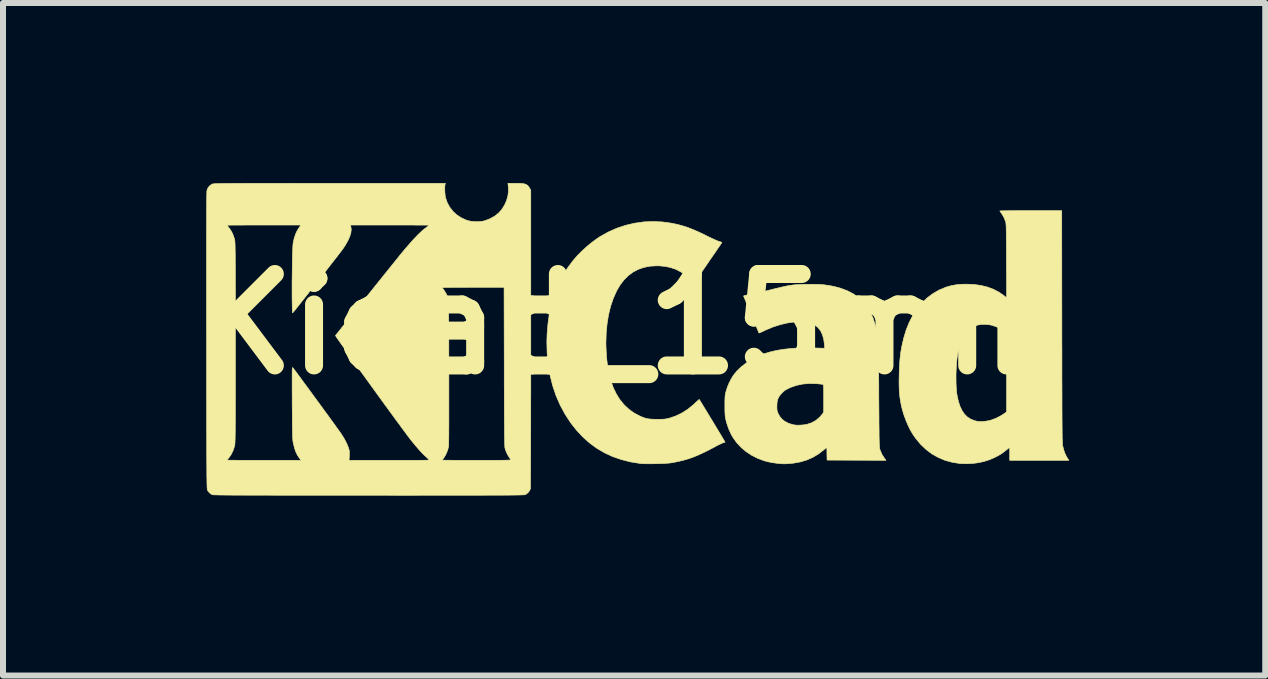
<source format=kicad_pcb>
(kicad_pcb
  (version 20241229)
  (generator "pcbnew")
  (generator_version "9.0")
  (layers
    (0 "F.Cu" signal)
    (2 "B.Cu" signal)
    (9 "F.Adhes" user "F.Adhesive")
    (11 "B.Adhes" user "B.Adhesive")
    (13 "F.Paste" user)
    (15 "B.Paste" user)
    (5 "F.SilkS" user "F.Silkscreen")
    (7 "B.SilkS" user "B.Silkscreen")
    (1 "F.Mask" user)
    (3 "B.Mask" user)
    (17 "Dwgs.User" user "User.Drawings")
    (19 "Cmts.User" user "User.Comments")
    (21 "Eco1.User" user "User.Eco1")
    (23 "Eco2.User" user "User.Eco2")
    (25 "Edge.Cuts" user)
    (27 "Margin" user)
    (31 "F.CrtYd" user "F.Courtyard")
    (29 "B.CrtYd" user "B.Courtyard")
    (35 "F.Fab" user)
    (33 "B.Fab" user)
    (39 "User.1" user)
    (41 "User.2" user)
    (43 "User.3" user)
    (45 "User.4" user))
  (footprint "Kicad_15mm"
    (layer "F.Cu")
    (at 7.518 2.351)
    (property "Reference" "Kicad_15mm" (at 0 0 0) (layer "F.SilkS") (effects (font (size 1.524 1.524) (thickness 0.3))))
    (attr through_hole)
    (fp_poly (pts (xy 0.474 -1.702) (xy 0.631 -1.68) (xy 0.732 -1.658) (xy 0.801 -1.639) (xy 0.868 -1.619) (xy 0.935 -1.594) (xy 1.007 -1.565) (xy 1.085 -1.53) (xy 1.172 -1.489) (xy 1.199 -1.475) (xy 1.25 -1.45) (xy 1.299 -1.427) (xy 1.343 -1.407) (xy 1.38 -1.391) (xy 1.408 -1.379) (xy 1.425 -1.374) (xy 1.426 -1.373) (xy 1.447 -1.368) (xy 1.46 -1.362) (xy 1.463 -1.359) (xy 1.458 -1.352) (xy 1.446 -1.334) (xy 1.427 -1.305) (xy 1.401 -1.268) (xy 1.371 -1.223) (xy 1.336 -1.172) (xy 1.296 -1.115) (xy 1.254 -1.054) (xy 1.229 -1.016) (xy 0.997 -0.68) (xy 0.955 -0.727) (xy 0.927 -0.756) (xy 0.894 -0.786) (xy 0.861 -0.813) (xy 0.857 -0.816) (xy 0.777 -0.871) (xy 0.694 -0.913) (xy 0.607 -0.943) (xy 0.513 -0.962) (xy 0.412 -0.971) (xy 0.374 -0.971) (xy 0.266 -0.965) (xy 0.165 -0.945) (xy 0.071 -0.913) (xy -0.015 -0.868) (xy -0.094 -0.81) (xy -0.166 -0.739) (xy -0.231 -0.655) (xy -0.289 -0.557) (xy -0.293 -0.548) (xy -0.347 -0.428) (xy -0.391 -0.297) (xy -0.426 -0.156) (xy -0.45 -0.006) (xy -0.465 0.152) (xy -0.47 0.317) (xy -0.468 0.388) (xy -0.46 0.547) (xy -0.443 0.693) (xy -0.419 0.827) (xy -0.387 0.95) (xy -0.346 1.062) (xy -0.297 1.163) (xy -0.24 1.255) (xy -0.173 1.338) (xy -0.157 1.355) (xy -0.082 1.424) (xy -0.002 1.481) (xy 0.084 1.527) (xy 0.13 1.548) (xy 0.17 1.563) (xy 0.208 1.574) (xy 0.248 1.581) (xy 0.293 1.585) (xy 0.347 1.587) (xy 0.388 1.587) (xy 0.438 1.587) (xy 0.477 1.586) (xy 0.507 1.584) (xy 0.534 1.58) (xy 0.559 1.575) (xy 0.587 1.568) (xy 0.592 1.567) (xy 0.697 1.531) (xy 0.798 1.482) (xy 0.896 1.419) (xy 0.988 1.344) (xy 1.01 1.324) (xy 1.037 1.298) (xy 1.06 1.277) (xy 1.076 1.263) (xy 1.085 1.256) (xy 1.086 1.256) (xy 1.092 1.265) (xy 1.104 1.285) (xy 1.123 1.315) (xy 1.146 1.353) (xy 1.173 1.398) (xy 1.204 1.448) (xy 1.237 1.503) (xy 1.271 1.56) (xy 1.307 1.618) (xy 1.342 1.676) (xy 1.376 1.733) (xy 1.408 1.786) (xy 1.438 1.836) (xy 1.464 1.879) (xy 1.485 1.915) (xy 1.502 1.943) (xy 1.512 1.961) (xy 1.516 1.967) (xy 1.516 1.968) (xy 1.507 1.971) (xy 1.49 1.977) (xy 1.481 1.979) (xy 1.463 1.987) (xy 1.435 2) (xy 1.401 2.016) (xy 1.365 2.035) (xy 1.362 2.037) (xy 1.258 2.092) (xy 1.164 2.139) (xy 1.077 2.179) (xy 0.996 2.213) (xy 0.917 2.242) (xy 0.838 2.265) (xy 0.758 2.285) (xy 0.673 2.303) (xy 0.615 2.313) (xy 0.583 2.317) (xy 0.539 2.32) (xy 0.487 2.323) (xy 0.428 2.325) (xy 0.366 2.327) (xy 0.303 2.328) (xy 0.243 2.328) (xy 0.189 2.328) (xy 0.143 2.326) (xy 0.108 2.324) (xy 0.101 2.323) (xy -0.061 2.297) (xy -0.214 2.258) (xy -0.358 2.208) (xy -0.494 2.145) (xy -0.623 2.069) (xy -0.743 1.981) (xy -0.856 1.88) (xy -0.962 1.766) (xy -1.058 1.644) (xy -1.151 1.501) (xy -1.232 1.351) (xy -1.301 1.193) (xy -1.357 1.027) (xy -1.4 0.855) (xy -1.431 0.676) (xy -1.449 0.491) (xy -1.454 0.3) (xy -1.45 0.167) (xy -1.434 -0.017) (xy -1.408 -0.19) (xy -1.372 -0.354) (xy -1.324 -0.509) (xy -1.266 -0.656) (xy -1.195 -0.795) (xy -1.113 -0.929) (xy -1.019 -1.056) (xy -1.018 -1.057) (xy -0.949 -1.137) (xy -0.868 -1.218) (xy -0.782 -1.297) (xy -0.692 -1.37) (xy -0.602 -1.435) (xy -0.568 -1.457) (xy -0.431 -1.534) (xy -0.289 -1.597) (xy -0.142 -1.646) (xy 0.008 -1.681) (xy 0.161 -1.703) (xy 0.317 -1.709) (xy 0.474 -1.702)) (stroke (width 0.01) (type solid)) (fill yes) (layer "F.SilkS"))
    (fp_poly (pts (xy 7.129 0.043) (xy 7.129 0.245) (xy 7.13 0.432) (xy 7.13 0.606) (xy 7.13 0.766) (xy 7.13 0.913) (xy 7.131 1.049) (xy 7.131 1.172) (xy 7.131 1.285) (xy 7.131 1.387) (xy 7.132 1.479) (xy 7.132 1.561) (xy 7.133 1.635) (xy 7.133 1.7) (xy 7.134 1.757) (xy 7.134 1.807) (xy 7.135 1.85) (xy 7.135 1.888) (xy 7.136 1.919) (xy 7.137 1.946) (xy 7.138 1.967) (xy 7.139 1.985) (xy 7.14 2) (xy 7.141 2.011) (xy 7.142 2.021) (xy 7.143 2.028) (xy 7.144 2.032) (xy 7.161 2.099) (xy 7.18 2.154) (xy 7.202 2.201) (xy 7.217 2.226) (xy 7.246 2.271) (xy 6.26 2.271) (xy 6.26 2.053) (xy 6.23 2.078) (xy 6.183 2.115) (xy 6.144 2.145) (xy 6.109 2.169) (xy 6.073 2.19) (xy 6.033 2.211) (xy 6.018 2.219) (xy 5.92 2.262) (xy 5.823 2.292) (xy 5.726 2.312) (xy 5.666 2.32) (xy 5.599 2.325) (xy 5.532 2.327) (xy 5.47 2.326) (xy 5.424 2.323) (xy 5.299 2.303) (xy 5.18 2.27) (xy 5.069 2.223) (xy 4.964 2.164) (xy 4.867 2.091) (xy 4.777 2.006) (xy 4.695 1.907) (xy 4.655 1.851) (xy 4.609 1.776) (xy 4.566 1.689) (xy 4.527 1.596) (xy 4.492 1.5) (xy 4.465 1.405) (xy 4.453 1.354) (xy 4.441 1.289) (xy 4.431 1.227) (xy 4.424 1.166) (xy 4.419 1.101) (xy 4.417 1.03) (xy 4.416 0.951) (xy 4.417 0.914) (xy 5.365 0.914) (xy 5.366 0.998) (xy 5.37 1.075) (xy 5.376 1.143) (xy 5.383 1.188) (xy 5.404 1.286) (xy 5.432 1.371) (xy 5.466 1.442) (xy 5.507 1.502) (xy 5.555 1.549) (xy 5.611 1.585) (xy 5.675 1.61) (xy 5.721 1.621) (xy 5.762 1.625) (xy 5.811 1.624) (xy 5.865 1.618) (xy 5.918 1.609) (xy 5.945 1.602) (xy 6.029 1.571) (xy 6.111 1.529) (xy 6.161 1.497) (xy 6.208 1.463) (xy 6.208 0.805) (xy 6.207 0.146) (xy 6.175 0.122) (xy 6.101 0.075) (xy 6.025 0.04) (xy 5.948 0.016) (xy 5.87 0.005) (xy 5.795 0.005) (xy 5.723 0.017) (xy 5.656 0.041) (xy 5.596 0.077) (xy 5.587 0.084) (xy 5.544 0.126) (xy 5.505 0.181) (xy 5.469 0.248) (xy 5.438 0.325) (xy 5.412 0.41) (xy 5.392 0.501) (xy 5.391 0.508) (xy 5.381 0.578) (xy 5.374 0.656) (xy 5.369 0.741) (xy 5.365 0.828) (xy 5.365 0.914) (xy 4.417 0.914) (xy 4.418 0.859) (xy 4.418 0.859) (xy 4.421 0.75) (xy 4.426 0.652) (xy 4.433 0.564) (xy 4.443 0.481) (xy 4.456 0.401) (xy 4.473 0.321) (xy 4.493 0.238) (xy 4.494 0.232) (xy 4.536 0.094) (xy 4.588 -0.034) (xy 4.649 -0.151) (xy 4.719 -0.257) (xy 4.797 -0.352) (xy 4.884 -0.436) (xy 4.979 -0.507) (xy 5.081 -0.566) (xy 5.191 -0.612) (xy 5.211 -0.619) (xy 5.283 -0.639) (xy 5.355 -0.653) (xy 5.432 -0.662) (xy 5.519 -0.665) (xy 5.534 -0.665) (xy 5.661 -0.66) (xy 5.778 -0.644) (xy 5.886 -0.618) (xy 5.986 -0.581) (xy 6.08 -0.532) (xy 6.168 -0.471) (xy 6.184 -0.458) (xy 6.209 -0.438) (xy 6.206 -1.054) (xy 6.206 -1.165) (xy 6.205 -1.262) (xy 6.205 -1.346) (xy 6.204 -1.418) (xy 6.204 -1.479) (xy 6.203 -1.53) (xy 6.202 -1.573) (xy 6.202 -1.607) (xy 6.2 -1.635) (xy 6.199 -1.657) (xy 6.198 -1.674) (xy 6.196 -1.687) (xy 6.194 -1.698) (xy 6.192 -1.706) (xy 6.19 -1.711) (xy 6.169 -1.765) (xy 6.143 -1.815) (xy 6.117 -1.854) (xy 6.105 -1.871) (xy 6.097 -1.883) (xy 6.096 -1.886) (xy 6.103 -1.886) (xy 6.124 -1.887) (xy 6.158 -1.888) (xy 6.203 -1.888) (xy 6.258 -1.889) (xy 6.322 -1.889) (xy 6.393 -1.89) (xy 6.471 -1.89) (xy 6.555 -1.89) (xy 6.611 -1.89) (xy 7.127 -1.89) (xy 7.129 0.043)) (stroke (width 0.01) (type solid)) (fill yes) (layer "F.SilkS"))
    (fp_poly (pts (xy 3.072 -0.661) (xy 3.166 -0.654) (xy 3.252 -0.642) (xy 3.335 -0.626) (xy 3.416 -0.605) (xy 3.451 -0.594) (xy 3.559 -0.553) (xy 3.655 -0.502) (xy 3.741 -0.443) (xy 3.816 -0.373) (xy 3.881 -0.293) (xy 3.936 -0.203) (xy 3.982 -0.101) (xy 4.018 0.013) (xy 4.038 0.095) (xy 4.043 0.12) (xy 4.048 0.144) (xy 4.052 0.167) (xy 4.056 0.19) (xy 4.059 0.214) (xy 4.062 0.24) (xy 4.065 0.268) (xy 4.067 0.301) (xy 4.069 0.338) (xy 4.07 0.381) (xy 4.072 0.43) (xy 4.073 0.487) (xy 4.074 0.553) (xy 4.075 0.627) (xy 4.076 0.712) (xy 4.076 0.808) (xy 4.077 0.916) (xy 4.078 1.038) (xy 4.078 1.173) (xy 4.078 1.184) (xy 4.079 1.317) (xy 4.08 1.435) (xy 4.081 1.54) (xy 4.081 1.633) (xy 4.082 1.714) (xy 4.083 1.785) (xy 4.083 1.845) (xy 4.084 1.897) (xy 4.085 1.94) (xy 4.086 1.976) (xy 4.087 2.005) (xy 4.088 2.029) (xy 4.089 2.047) (xy 4.091 2.062) (xy 4.092 2.073) (xy 4.094 2.082) (xy 4.096 2.089) (xy 4.097 2.092) (xy 4.129 2.169) (xy 4.172 2.236) (xy 4.172 2.236) (xy 4.198 2.271) (xy 3.216 2.267) (xy 3.214 2.16) (xy 3.212 2.054) (xy 3.165 2.093) (xy 3.074 2.164) (xy 2.979 2.221) (xy 2.879 2.265) (xy 2.772 2.297) (xy 2.657 2.318) (xy 2.603 2.323) (xy 2.566 2.326) (xy 2.537 2.328) (xy 2.514 2.329) (xy 2.491 2.329) (xy 2.465 2.328) (xy 2.432 2.325) (xy 2.402 2.323) (xy 2.284 2.307) (xy 2.17 2.279) (xy 2.062 2.239) (xy 1.961 2.188) (xy 1.868 2.127) (xy 1.784 2.056) (xy 1.71 1.977) (xy 1.648 1.89) (xy 1.618 1.838) (xy 1.575 1.743) (xy 1.541 1.642) (xy 1.527 1.584) (xy 1.522 1.559) (xy 1.518 1.532) (xy 1.516 1.502) (xy 1.514 1.465) (xy 1.513 1.419) (xy 1.513 1.367) (xy 2.38 1.367) (xy 2.38 1.404) (xy 2.382 1.431) (xy 2.386 1.453) (xy 2.393 1.472) (xy 2.4 1.489) (xy 2.428 1.54) (xy 2.462 1.581) (xy 2.504 1.616) (xy 2.51 1.62) (xy 2.574 1.654) (xy 2.644 1.676) (xy 2.67 1.681) (xy 2.707 1.685) (xy 2.753 1.685) (xy 2.802 1.682) (xy 2.849 1.677) (xy 2.888 1.669) (xy 2.888 1.669) (xy 2.964 1.643) (xy 3.031 1.605) (xy 3.09 1.555) (xy 3.126 1.514) (xy 3.16 1.47) (xy 3.16 1.24) (xy 3.16 1.174) (xy 3.16 1.122) (xy 3.159 1.081) (xy 3.158 1.051) (xy 3.157 1.03) (xy 3.155 1.017) (xy 3.152 1.009) (xy 3.149 1.006) (xy 3.149 1.006) (xy 3.138 1.004) (xy 3.115 1.001) (xy 3.083 0.997) (xy 3.047 0.994) (xy 3.046 0.994) (xy 2.927 0.99) (xy 2.814 0.999) (xy 2.708 1.021) (xy 2.609 1.055) (xy 2.581 1.068) (xy 2.542 1.088) (xy 2.513 1.105) (xy 2.489 1.125) (xy 2.464 1.149) (xy 2.46 1.153) (xy 2.427 1.192) (xy 2.404 1.229) (xy 2.39 1.268) (xy 2.382 1.314) (xy 2.38 1.367) (xy 1.513 1.367) (xy 1.513 1.361) (xy 1.513 1.356) (xy 1.513 1.301) (xy 1.514 1.258) (xy 1.515 1.225) (xy 1.517 1.198) (xy 1.52 1.175) (xy 1.525 1.153) (xy 1.53 1.13) (xy 1.534 1.117) (xy 1.556 1.048) (xy 1.585 0.978) (xy 1.62 0.911) (xy 1.656 0.853) (xy 1.656 0.853) (xy 1.714 0.782) (xy 1.785 0.714) (xy 1.865 0.651) (xy 1.953 0.593) (xy 2.046 0.543) (xy 2.143 0.503) (xy 2.156 0.498) (xy 2.263 0.466) (xy 2.376 0.439) (xy 2.496 0.42) (xy 2.625 0.406) (xy 2.764 0.399) (xy 2.915 0.397) (xy 2.98 0.398) (xy 3.177 0.403) (xy 3.172 0.338) (xy 3.16 0.251) (xy 3.138 0.176) (xy 3.107 0.111) (xy 3.065 0.058) (xy 3.014 0.016) (xy 2.953 -0.015) (xy 2.944 -0.018) (xy 2.894 -0.031) (xy 2.833 -0.039) (xy 2.766 -0.041) (xy 2.694 -0.038) (xy 2.692 -0.038) (xy 2.562 -0.02) (xy 2.437 0.009) (xy 2.312 0.049) (xy 2.185 0.103) (xy 2.15 0.12) (xy 2.122 0.133) (xy 2.099 0.143) (xy 2.085 0.148) (xy 2.081 0.149) (xy 2.078 0.142) (xy 2.07 0.123) (xy 2.058 0.093) (xy 2.042 0.055) (xy 2.023 0.009) (xy 2.002 -0.041) (xy 1.979 -0.096) (xy 1.956 -0.152) (xy 1.932 -0.208) (xy 1.909 -0.264) (xy 1.888 -0.315) (xy 1.868 -0.362) (xy 1.852 -0.403) (xy 1.838 -0.435) (xy 1.829 -0.458) (xy 1.825 -0.467) (xy 1.831 -0.472) (xy 1.85 -0.478) (xy 1.881 -0.484) (xy 1.908 -0.488) (xy 1.936 -0.493) (xy 1.975 -0.501) (xy 2.025 -0.512) (xy 2.082 -0.525) (xy 2.143 -0.539) (xy 2.207 -0.554) (xy 2.25 -0.565) (xy 2.334 -0.586) (xy 2.406 -0.603) (xy 2.468 -0.618) (xy 2.521 -0.63) (xy 2.568 -0.639) (xy 2.611 -0.646) (xy 2.651 -0.652) (xy 2.691 -0.655) (xy 2.732 -0.658) (xy 2.778 -0.66) (xy 2.828 -0.662) (xy 2.854 -0.662) (xy 2.969 -0.663) (xy 3.072 -0.661)) (stroke (width 0.01) (type solid)) (fill yes) (layer "F.SilkS"))
    (fp_poly (pts (xy -1.914 -2.345) (xy -1.866 -2.342) (xy -1.829 -2.337) (xy -1.801 -2.327) (xy -1.779 -2.314) (xy -1.76 -2.295) (xy -1.744 -2.27) (xy -1.738 -2.26) (xy -1.722 -2.23) (xy -1.722 0.243) (xy -1.722 0.434) (xy -1.722 0.622) (xy -1.722 0.806) (xy -1.722 0.985) (xy -1.722 1.158) (xy -1.723 1.325) (xy -1.723 1.486) (xy -1.723 1.64) (xy -1.723 1.786) (xy -1.724 1.925) (xy -1.724 2.054) (xy -1.724 2.174) (xy -1.725 2.284) (xy -1.725 2.384) (xy -1.725 2.473) (xy -1.726 2.55) (xy -1.726 2.615) (xy -1.727 2.668) (xy -1.727 2.707) (xy -1.727 2.732) (xy -1.728 2.744) (xy -1.728 2.744) (xy -1.74 2.773) (xy -1.761 2.802) (xy -1.788 2.827) (xy -1.811 2.842) (xy -1.814 2.843) (xy -1.819 2.844) (xy -1.827 2.845) (xy -1.837 2.846) (xy -1.851 2.847) (xy -1.868 2.847) (xy -1.89 2.848) (xy -1.916 2.849) (xy -1.948 2.849) (xy -1.985 2.85) (xy -2.028 2.85) (xy -2.077 2.851) (xy -2.134 2.851) (xy -2.198 2.852) (xy -2.27 2.852) (xy -2.351 2.852) (xy -2.44 2.852) (xy -2.539 2.853) (xy -2.647 2.853) (xy -2.765 2.853) (xy -2.895 2.853) (xy -3.035 2.853) (xy -3.187 2.853) (xy -3.351 2.853) (xy -3.528 2.853) (xy -3.717 2.854) (xy -3.92 2.854) (xy -4.137 2.853) (xy -4.369 2.853) (xy -4.424 2.853) (xy -4.663 2.853) (xy -4.888 2.853) (xy -5.099 2.853) (xy -5.296 2.853) (xy -5.48 2.853) (xy -5.651 2.853) (xy -5.81 2.853) (xy -5.957 2.853) (xy -6.092 2.852) (xy -6.216 2.852) (xy -6.33 2.852) (xy -6.433 2.852) (xy -6.526 2.851) (xy -6.61 2.851) (xy -6.685 2.851) (xy -6.751 2.85) (xy -6.809 2.85) (xy -6.859 2.849) (xy -6.902 2.849) (xy -6.938 2.848) (xy -6.968 2.847) (xy -6.991 2.847) (xy -7.009 2.846) (xy -7.022 2.845) (xy -7.03 2.844) (xy -7.034 2.843) (xy -7.062 2.825) (xy -7.09 2.798) (xy -7.111 2.768) (xy -7.112 2.765) (xy -7.113 2.761) (xy -7.114 2.754) (xy -7.115 2.745) (xy -7.116 2.732) (xy -7.117 2.716) (xy -7.117 2.696) (xy -7.118 2.672) (xy -7.119 2.642) (xy -7.119 2.607) (xy -7.12 2.567) (xy -7.121 2.519) (xy -7.121 2.465) (xy -7.121 2.403) (xy -7.122 2.334) (xy -7.122 2.256) (xy -7.123 2.17) (xy -7.123 2.074) (xy -7.123 1.969) (xy -7.123 1.853) (xy -7.124 1.726) (xy -7.124 1.589) (xy -7.124 1.44) (xy -7.124 1.278) (xy -7.125 1.104) (xy -7.125 0.917) (xy -7.125 0.717) (xy -7.125 0.503) (xy -7.125 0.28) (xy -7.126 0.035) (xy -7.126 -0.195) (xy -7.126 -0.41) (xy -7.126 -0.612) (xy -7.126 -0.801) (xy -7.126 -0.975) (xy -7.126 -1.137) (xy -7.126 -1.286) (xy -7.126 -1.423) (xy -7.126 -1.548) (xy -7.125 -1.647) (xy -6.783 -1.647) (xy -6.779 -1.64) (xy -6.767 -1.624) (xy -6.751 -1.604) (xy -6.75 -1.603) (xy -6.711 -1.545) (xy -6.679 -1.478) (xy -6.658 -1.41) (xy -6.656 -1.403) (xy -6.655 -1.395) (xy -6.654 -1.385) (xy -6.653 -1.372) (xy -6.652 -1.355) (xy -6.651 -1.335) (xy -6.65 -1.311) (xy -6.649 -1.282) (xy -6.649 -1.247) (xy -6.648 -1.205) (xy -6.647 -1.158) (xy -6.647 -1.102) (xy -6.647 -1.039) (xy -6.646 -0.967) (xy -6.646 -0.886) (xy -6.646 -0.795) (xy -6.646 -0.694) (xy -6.645 -0.582) (xy -6.645 -0.459) (xy -6.645 -0.323) (xy -6.645 -0.175) (xy -6.645 -0.013) (xy -6.645 0.162) (xy -6.645 0.31) (xy -6.645 0.497) (xy -6.645 0.669) (xy -6.645 0.827) (xy -6.645 0.973) (xy -6.645 1.106) (xy -6.645 1.226) (xy -6.646 1.336) (xy -6.646 1.435) (xy -6.646 1.523) (xy -6.646 1.602) (xy -6.647 1.672) (xy -6.647 1.733) (xy -6.647 1.787) (xy -6.648 1.833) (xy -6.649 1.873) (xy -6.649 1.907) (xy -6.65 1.935) (xy -6.651 1.959) (xy -6.652 1.978) (xy -6.653 1.994) (xy -6.654 2.006) (xy -6.655 2.016) (xy -6.657 2.024) (xy -6.658 2.031) (xy -6.658 2.031) (xy -6.684 2.111) (xy -6.721 2.183) (xy -6.748 2.221) (xy -6.765 2.242) (xy -6.778 2.258) (xy -6.783 2.267) (xy -6.783 2.267) (xy -6.776 2.268) (xy -6.755 2.268) (xy -6.721 2.269) (xy -6.676 2.269) (xy -6.619 2.27) (xy -6.554 2.27) (xy -6.48 2.271) (xy -6.399 2.271) (xy -6.312 2.271) (xy -6.22 2.271) (xy -6.167 2.271) (xy -5.551 2.271) (xy -5.577 2.236) (xy -5.611 2.185) (xy -5.639 2.128) (xy -5.661 2.061) (xy -5.68 1.983) (xy -5.682 1.972) (xy -5.685 1.959) (xy -5.687 1.943) (xy -5.688 1.924) (xy -5.69 1.901) (xy -5.691 1.872) (xy -5.692 1.837) (xy -5.693 1.794) (xy -5.694 1.743) (xy -5.695 1.682) (xy -5.696 1.611) (xy -5.696 1.527) (xy -5.697 1.431) (xy -5.698 1.321) (xy -5.698 1.311) (xy -5.698 1.203) (xy -5.699 1.108) (xy -5.699 1.027) (xy -5.699 0.958) (xy -5.699 0.9) (xy -5.699 0.852) (xy -5.699 0.813) (xy -5.698 0.783) (xy -5.698 0.761) (xy -5.697 0.744) (xy -5.695 0.734) (xy -5.694 0.728) (xy -5.692 0.725) (xy -5.69 0.726) (xy -5.687 0.728) (xy -5.687 0.728) (xy -5.68 0.737) (xy -5.665 0.757) (xy -5.643 0.786) (xy -5.614 0.825) (xy -5.58 0.871) (xy -5.541 0.924) (xy -5.498 0.983) (xy -5.451 1.046) (xy -5.402 1.113) (xy -5.351 1.183) (xy -5.299 1.254) (xy -5.247 1.325) (xy -5.195 1.396) (xy -5.145 1.465) (xy -5.096 1.531) (xy -5.051 1.594) (xy -5.009 1.651) (xy -4.972 1.703) (xy -4.94 1.748) (xy -4.913 1.784) (xy -4.894 1.811) (xy -4.882 1.828) (xy -4.881 1.83) (xy -4.828 1.915) (xy -4.788 1.994) (xy -4.762 2.058) (xy -4.753 2.087) (xy -4.747 2.111) (xy -4.745 2.135) (xy -4.745 2.164) (xy -4.746 2.194) (xy -4.75 2.271) (xy -4.077 2.271) (xy -3.961 2.271) (xy -3.86 2.271) (xy -3.772 2.271) (xy -3.695 2.271) (xy -3.631 2.271) (xy -3.577 2.27) (xy -3.532 2.27) (xy -3.496 2.269) (xy -3.468 2.269) (xy -3.447 2.268) (xy -3.432 2.266) (xy -3.423 2.265) (xy -3.417 2.264) (xy -3.415 2.262) (xy -3.416 2.26) (xy -3.418 2.257) (xy -3.418 2.257) (xy -3.431 2.245) (xy -3.451 2.227) (xy -3.474 2.207) (xy -3.476 2.205) (xy -3.507 2.176) (xy -3.546 2.136) (xy -3.591 2.086) (xy -3.64 2.029) (xy -3.693 1.965) (xy -3.717 1.935) (xy -3.735 1.912) (xy -3.761 1.878) (xy -3.792 1.836) (xy -3.83 1.785) (xy -3.874 1.726) (xy -3.921 1.661) (xy -3.974 1.59) (xy -4.029 1.514) (xy -4.088 1.433) (xy -4.149 1.35) (xy -4.212 1.263) (xy -4.276 1.175) (xy -4.34 1.086) (xy -4.405 0.996) (xy -4.469 0.908) (xy -4.532 0.821) (xy -4.593 0.736) (xy -4.651 0.654) (xy -4.707 0.576) (xy -4.759 0.504) (xy -4.807 0.436) (xy -4.85 0.375) (xy -4.888 0.322) (xy -4.92 0.276) (xy -4.946 0.24) (xy -4.964 0.213) (xy -4.974 0.196) (xy -4.977 0.192) (xy -4.971 0.184) (xy -4.956 0.165) (xy -4.933 0.137) (xy -4.903 0.099) (xy -4.867 0.054) (xy -4.825 0.002) (xy -4.778 -0.057) (xy -4.726 -0.121) (xy -4.672 -0.189) (xy -4.614 -0.261) (xy -4.554 -0.336) (xy -4.493 -0.412) (xy -4.432 -0.488) (xy -4.37 -0.565) (xy -4.336 -0.608) (xy -3.197 -0.608) (xy -3.193 -0.6) (xy -3.182 -0.585) (xy -3.175 -0.575) (xy -3.155 -0.545) (xy -3.133 -0.507) (xy -3.113 -0.466) (xy -3.099 -0.43) (xy -3.098 -0.423) (xy -3.097 -0.412) (xy -3.096 -0.396) (xy -3.095 -0.374) (xy -3.094 -0.345) (xy -3.093 -0.309) (xy -3.092 -0.265) (xy -3.091 -0.213) (xy -3.091 -0.151) (xy -3.09 -0.08) (xy -3.09 0.001) (xy -3.089 0.094) (xy -3.089 0.198) (xy -3.088 0.314) (xy -3.088 0.443) (xy -3.088 0.585) (xy -3.087 0.742) (xy -3.087 0.796) (xy -3.087 0.977) (xy -3.087 1.144) (xy -3.087 1.296) (xy -3.087 1.433) (xy -3.087 1.556) (xy -3.087 1.665) (xy -3.088 1.76) (xy -3.088 1.841) (xy -3.089 1.909) (xy -3.09 1.962) (xy -3.091 2.003) (xy -3.092 2.03) (xy -3.093 2.043) (xy -3.104 2.089) (xy -3.122 2.139) (xy -3.145 2.187) (xy -3.17 2.228) (xy -3.175 2.234) (xy -3.188 2.251) (xy -3.196 2.263) (xy -3.197 2.267) (xy -3.19 2.267) (xy -3.169 2.268) (xy -3.135 2.269) (xy -3.09 2.269) (xy -3.034 2.27) (xy -2.969 2.27) (xy -2.896 2.271) (xy -2.817 2.271) (xy -2.731 2.271) (xy -2.64 2.271) (xy -2.622 2.271) (xy -2.512 2.271) (xy -2.416 2.271) (xy -2.333 2.271) (xy -2.263 2.27) (xy -2.205 2.27) (xy -2.157 2.269) (xy -2.12 2.268) (xy -2.091 2.267) (xy -2.071 2.266) (xy -2.058 2.265) (xy -2.052 2.263) (xy -2.052 2.262) (xy -2.059 2.251) (xy -2.073 2.233) (xy -2.08 2.222) (xy -2.102 2.188) (xy -2.124 2.145) (xy -2.142 2.1) (xy -2.153 2.064) (xy -2.154 2.055) (xy -2.155 2.037) (xy -2.156 2.01) (xy -2.157 1.973) (xy -2.158 1.927) (xy -2.159 1.87) (xy -2.16 1.802) (xy -2.16 1.723) (xy -2.161 1.632) (xy -2.162 1.529) (xy -2.162 1.413) (xy -2.163 1.285) (xy -2.163 1.143) (xy -2.164 0.987) (xy -2.164 0.817) (xy -2.164 0.708) (xy -2.167 -0.613) (xy -2.682 -0.613) (xy -2.768 -0.613) (xy -2.85 -0.612) (xy -2.926 -0.612) (xy -2.995 -0.612) (xy -3.056 -0.611) (xy -3.108 -0.611) (xy -3.149 -0.61) (xy -3.178 -0.609) (xy -3.194 -0.609) (xy -3.197 -0.608) (xy -4.336 -0.608) (xy -4.31 -0.641) (xy -4.251 -0.714) (xy -4.194 -0.785) (xy -4.14 -0.852) (xy -4.09 -0.914) (xy -4.045 -0.97) (xy -4.004 -1.021) (xy -3.97 -1.063) (xy -3.942 -1.097) (xy -3.922 -1.123) (xy -3.912 -1.136) (xy -3.824 -1.242) (xy -3.744 -1.335) (xy -3.672 -1.416) (xy -3.606 -1.485) (xy -3.546 -1.542) (xy -3.494 -1.587) (xy -3.464 -1.609) (xy -3.441 -1.626) (xy -3.424 -1.639) (xy -3.415 -1.647) (xy -3.414 -1.648) (xy -3.421 -1.648) (xy -3.443 -1.649) (xy -3.476 -1.649) (xy -3.522 -1.65) (xy -3.579 -1.65) (xy -3.645 -1.65) (xy -3.719 -1.651) (xy -3.801 -1.651) (xy -3.89 -1.651) (xy -3.983 -1.651) (xy -4.071 -1.651) (xy -4.728 -1.651) (xy -4.721 -1.627) (xy -4.714 -1.578) (xy -4.72 -1.522) (xy -4.739 -1.459) (xy -4.771 -1.388) (xy -4.815 -1.311) (xy -4.859 -1.245) (xy -4.87 -1.231) (xy -4.889 -1.206) (xy -4.915 -1.172) (xy -4.947 -1.13) (xy -4.986 -1.08) (xy -5.029 -1.025) (xy -5.076 -0.965) (xy -5.126 -0.9) (xy -5.178 -0.833) (xy -5.232 -0.765) (xy -5.287 -0.695) (xy -5.341 -0.626) (xy -5.395 -0.558) (xy -5.446 -0.493) (xy -5.495 -0.431) (xy -5.54 -0.374) (xy -5.581 -0.322) (xy -5.617 -0.277) (xy -5.646 -0.24) (xy -5.669 -0.212) (xy -5.684 -0.194) (xy -5.69 -0.187) (xy -5.693 -0.191) (xy -5.694 -0.21) (xy -5.696 -0.24) (xy -5.697 -0.282) (xy -5.698 -0.333) (xy -5.699 -0.392) (xy -5.7 -0.458) (xy -5.7 -0.53) (xy -5.7 -0.606) (xy -5.7 -0.684) (xy -5.699 -0.764) (xy -5.698 -0.844) (xy -5.697 -0.923) (xy -5.696 -1) (xy -5.695 -1.072) (xy -5.693 -1.14) (xy -5.691 -1.201) (xy -5.689 -1.253) (xy -5.687 -1.297) (xy -5.685 -1.33) (xy -5.682 -1.351) (xy -5.682 -1.352) (xy -5.664 -1.433) (xy -5.641 -1.501) (xy -5.614 -1.559) (xy -5.581 -1.611) (xy -5.577 -1.616) (xy -5.551 -1.651) (xy -6.167 -1.651) (xy -6.262 -1.651) (xy -6.352 -1.651) (xy -6.436 -1.651) (xy -6.514 -1.65) (xy -6.584 -1.65) (xy -6.646 -1.65) (xy -6.697 -1.649) (xy -6.738 -1.649) (xy -6.766 -1.648) (xy -6.781 -1.647) (xy -6.783 -1.647) (xy -7.125 -1.647) (xy -7.125 -1.661) (xy -7.125 -1.763) (xy -7.125 -1.854) (xy -7.124 -1.934) (xy -7.124 -2.003) (xy -7.123 -2.063) (xy -7.123 -2.112) (xy -7.122 -2.153) (xy -7.121 -2.184) (xy -7.121 -2.206) (xy -7.12 -2.22) (xy -7.119 -2.225) (xy -7.103 -2.268) (xy -7.074 -2.305) (xy -7.036 -2.331) (xy -7.034 -2.332) (xy -7.03 -2.333) (xy -7.026 -2.335) (xy -7.02 -2.336) (xy -7.011 -2.337) (xy -7.001 -2.338) (xy -6.987 -2.339) (xy -6.969 -2.34) (xy -6.947 -2.341) (xy -6.921 -2.341) (xy -6.889 -2.342) (xy -6.851 -2.342) (xy -6.807 -2.343) (xy -6.755 -2.343) (xy -6.697 -2.344) (xy -6.63 -2.344) (xy -6.554 -2.344) (xy -6.47 -2.345) (xy -6.376 -2.345) (xy -6.271 -2.345) (xy -6.156 -2.345) (xy -6.029 -2.345) (xy -5.891 -2.345) (xy -5.74 -2.345) (xy -5.576 -2.346) (xy -5.399 -2.346) (xy -5.208 -2.346) (xy -5.074 -2.346) (xy -3.145 -2.346) (xy -3.151 -2.325) (xy -3.154 -2.301) (xy -3.156 -2.267) (xy -3.155 -2.227) (xy -3.153 -2.185) (xy -3.149 -2.145) (xy -3.144 -2.113) (xy -3.143 -2.107) (xy -3.114 -2.023) (xy -3.072 -1.947) (xy -3.019 -1.879) (xy -2.955 -1.82) (xy -2.882 -1.772) (xy -2.8 -1.734) (xy -2.772 -1.725) (xy -2.716 -1.712) (xy -2.652 -1.707) (xy -2.586 -1.707) (xy -2.523 -1.714) (xy -2.48 -1.725) (xy -2.398 -1.757) (xy -2.323 -1.799) (xy -2.259 -1.85) (xy -2.207 -1.907) (xy -2.162 -1.978) (xy -2.127 -2.054) (xy -2.104 -2.133) (xy -2.094 -2.213) (xy -2.096 -2.286) (xy -2.103 -2.346) (xy -1.974 -2.346) (xy -1.914 -2.345)) (stroke (width 0.01) (type solid)) (fill yes) (layer "F.SilkS")))
  (gr_rect
    (start -3 -3)
    (end 18.037 8.209)
    (stroke (width 0.1) (type default))
    (fill no)
    (layer "Edge.Cuts")))
</source>
